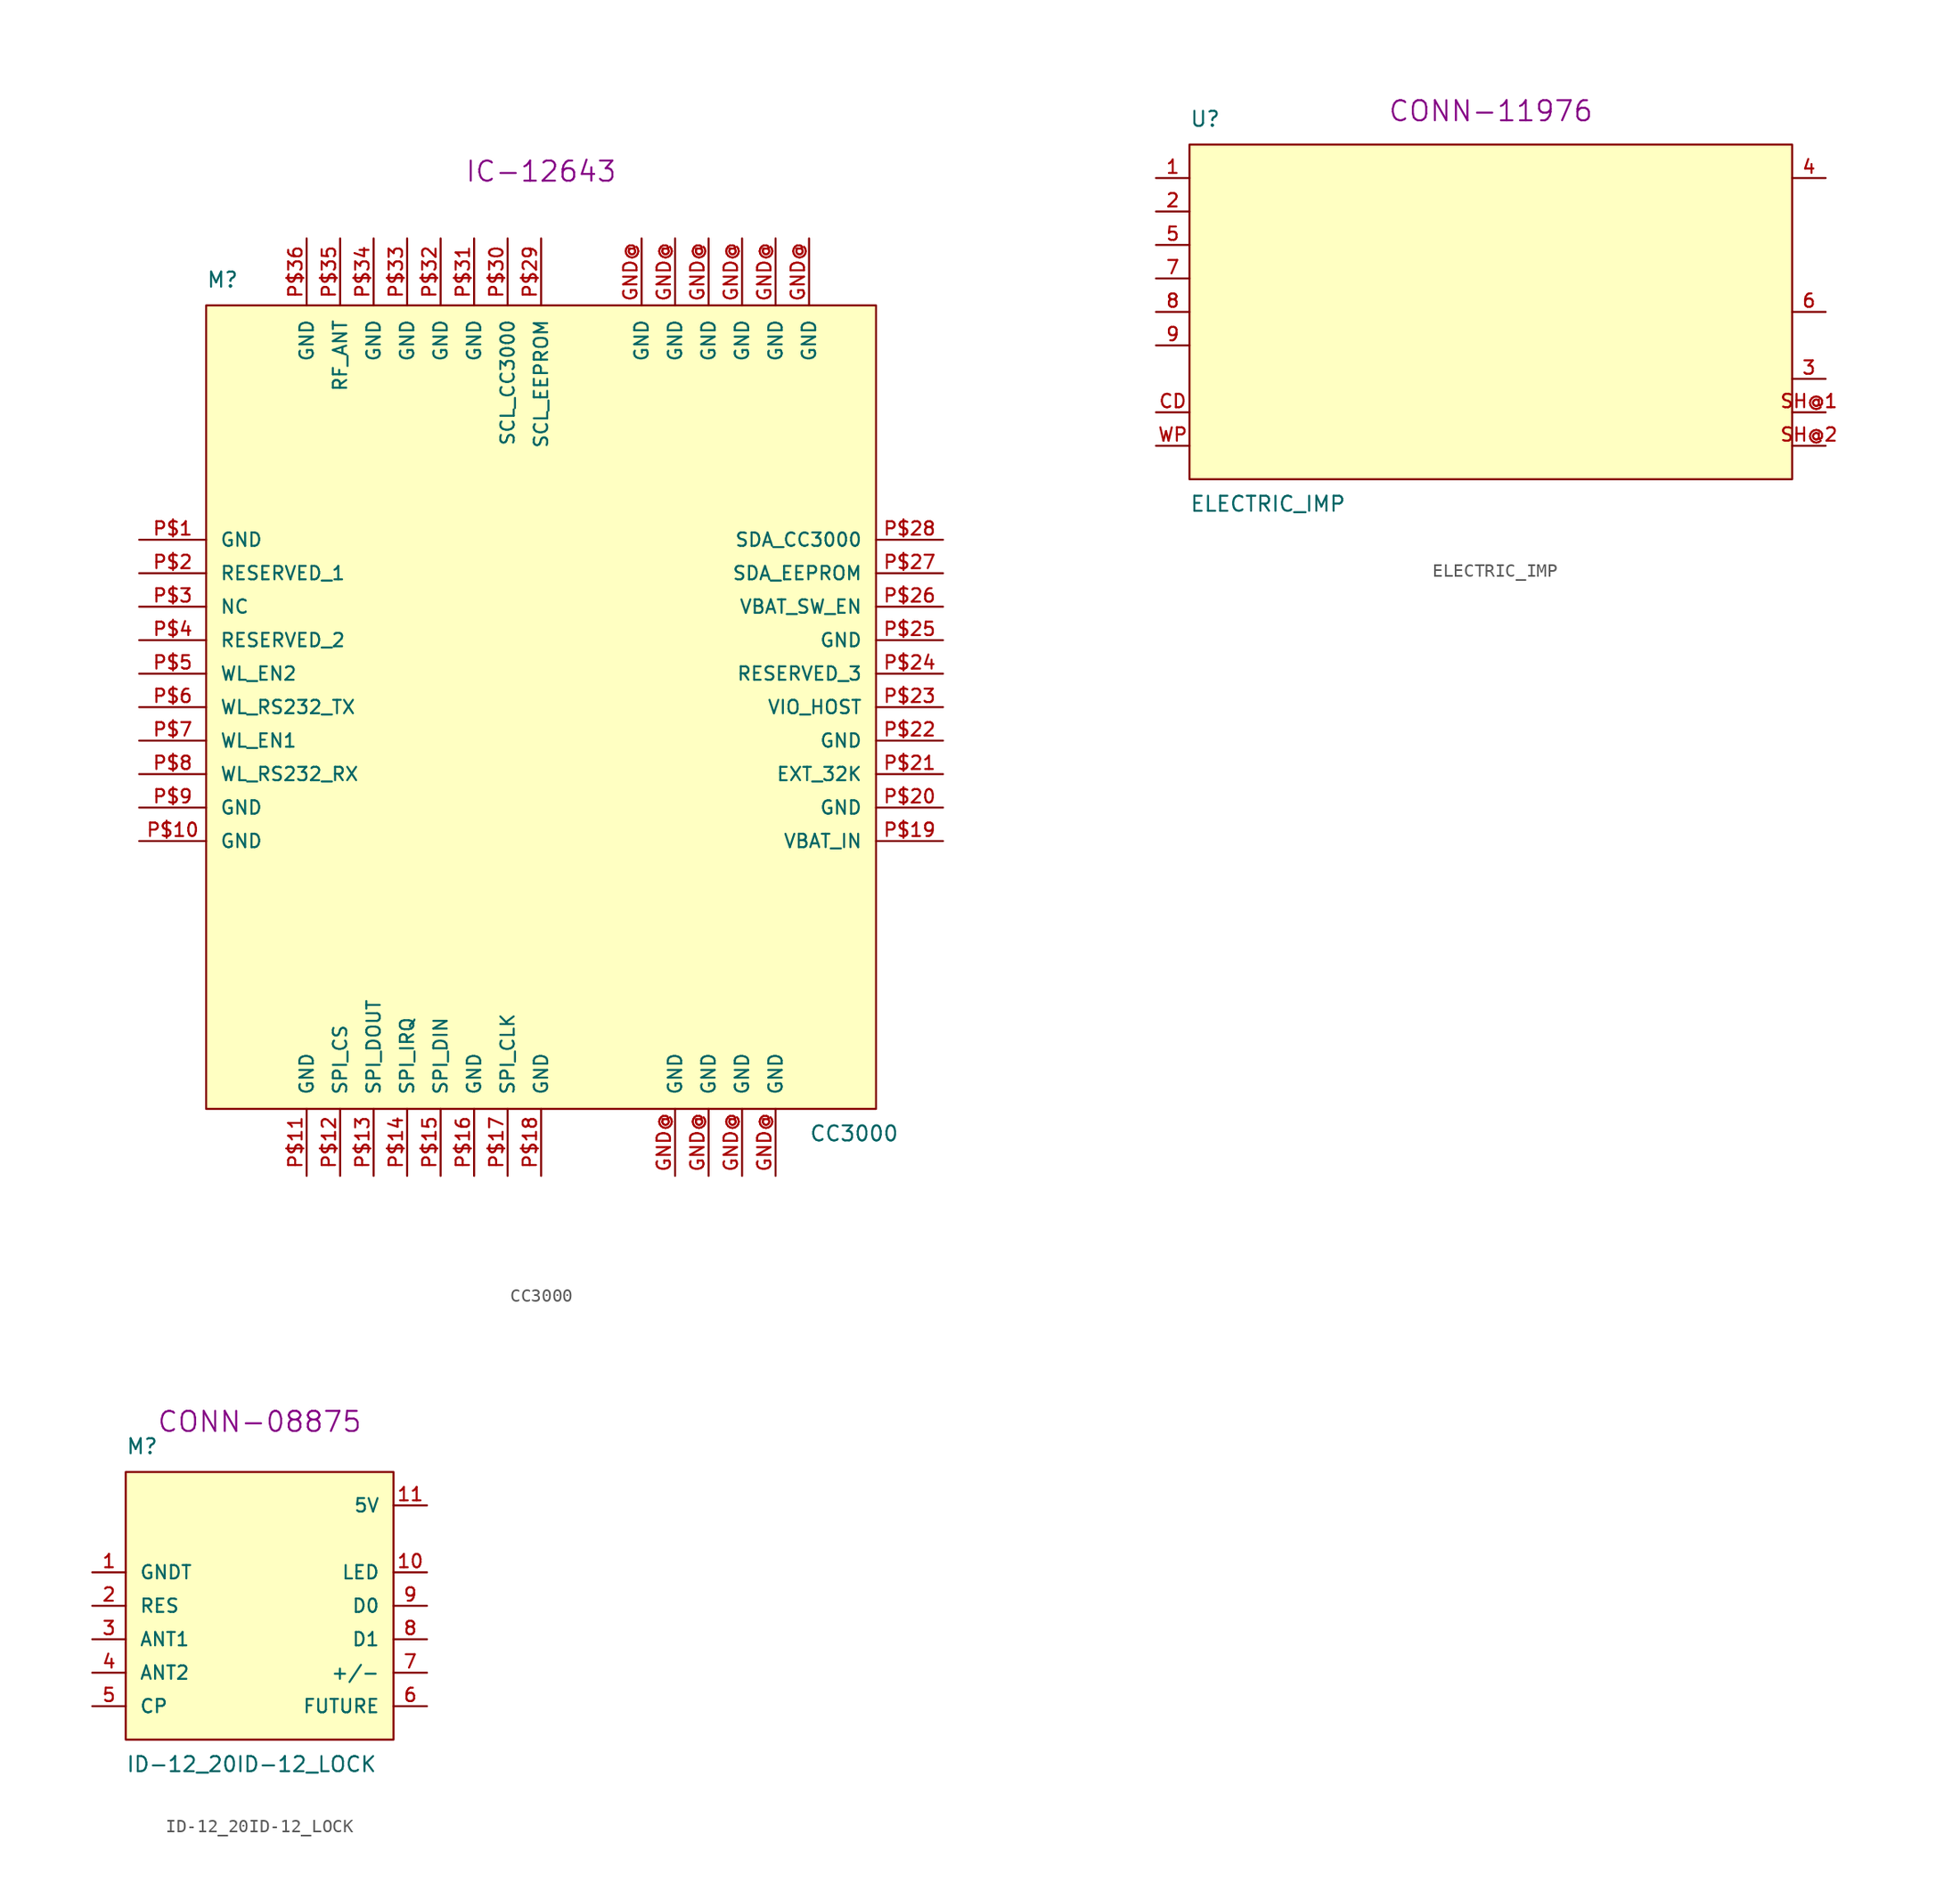
<source format=kicad_sym>
(kicad_symbol_lib
  (version 20220914)
  (generator kicad_symbol_editor)
  (symbol "CC3000"
    (pin_names
      (offset 1.016))
    (property "Reference" "M"
      (at -25.4 31.75 0)
      (effects (font (size 1.143 1.143)) (justify left bottom)))
    (property "Value" "CC3000"
      (at 20.32 -33.02 0)
      (effects (font (size 1.143 1.143)) (justify left bottom)))
    (property "Field4" "IC-12643"
      (at 0 40.64 0)
      (effects (font (size 1.524 1.524))))
    (property "ki_locked" ""
      (at 0 0 0)
      (effects (font (size 1.27 1.27))))
    (symbol "CC3000_1_1"
      (polyline (pts (xy -25.4 30.48) (xy 25.4 30.48) (xy 25.4 -30.48) (xy -25.4 -30.48) (xy -25.4 30.48)) (stroke (width 0) (type solid)) (fill (type background)))
      (pin bidirectional line (at 7.62 35.56 270) (length 5.08) (name "GND" (effects (font (size 1.016 1.016)))) (number "GND@" (effects (font (size 1.016 1.016)))))
      (pin bidirectional line (at 10.16 -35.56 90) (length 5.08) (name "GND" (effects (font (size 1.016 1.016)))) (number "GND@" (effects (font (size 1.016 1.016)))))
      (pin bidirectional line (at 10.16 35.56 270) (length 5.08) (name "GND" (effects (font (size 1.016 1.016)))) (number "GND@" (effects (font (size 1.016 1.016)))))
      (pin bidirectional line (at 12.7 -35.56 90) (length 5.08) (name "GND" (effects (font (size 1.016 1.016)))) (number "GND@" (effects (font (size 1.016 1.016)))))
      (pin bidirectional line (at 12.7 35.56 270) (length 5.08) (name "GND" (effects (font (size 1.016 1.016)))) (number "GND@" (effects (font (size 1.016 1.016)))))
      (pin bidirectional line (at 15.24 -35.56 90) (length 5.08) (name "GND" (effects (font (size 1.016 1.016)))) (number "GND@" (effects (font (size 1.016 1.016)))))
      (pin bidirectional line (at 15.24 35.56 270) (length 5.08) (name "GND" (effects (font (size 1.016 1.016)))) (number "GND@" (effects (font (size 1.016 1.016)))))
      (pin bidirectional line (at 17.78 -35.56 90) (length 5.08) (name "GND" (effects (font (size 1.016 1.016)))) (number "GND@" (effects (font (size 1.016 1.016)))))
      (pin bidirectional line (at 17.78 35.56 270) (length 5.08) (name "GND" (effects (font (size 1.016 1.016)))) (number "GND@" (effects (font (size 1.016 1.016)))))
      (pin bidirectional line (at 20.32 35.56 270) (length 5.08) (name "GND" (effects (font (size 1.016 1.016)))) (number "GND@" (effects (font (size 1.016 1.016)))))
      (pin bidirectional line (at -30.48 12.7 0) (length 5.08) (name "GND" (effects (font (size 1.016 1.016)))) (number "P$1" (effects (font (size 1.016 1.016)))))
      (pin bidirectional line (at -30.48 -10.16 0) (length 5.08) (name "GND" (effects (font (size 1.016 1.016)))) (number "P$10" (effects (font (size 1.016 1.016)))))
      (pin bidirectional line (at -17.78 -35.56 90) (length 5.08) (name "GND" (effects (font (size 1.016 1.016)))) (number "P$11" (effects (font (size 1.016 1.016)))))
      (pin bidirectional line (at -15.24 -35.56 90) (length 5.08) (name "SPI_CS" (effects (font (size 1.016 1.016)))) (number "P$12" (effects (font (size 1.016 1.016)))))
      (pin bidirectional line (at -12.7 -35.56 90) (length 5.08) (name "SPI_DOUT" (effects (font (size 1.016 1.016)))) (number "P$13" (effects (font (size 1.016 1.016)))))
      (pin bidirectional line (at -10.16 -35.56 90) (length 5.08) (name "SPI_IRQ" (effects (font (size 1.016 1.016)))) (number "P$14" (effects (font (size 1.016 1.016)))))
      (pin bidirectional line (at -7.62 -35.56 90) (length 5.08) (name "SPI_DIN" (effects (font (size 1.016 1.016)))) (number "P$15" (effects (font (size 1.016 1.016)))))
      (pin bidirectional line (at -5.08 -35.56 90) (length 5.08) (name "GND" (effects (font (size 1.016 1.016)))) (number "P$16" (effects (font (size 1.016 1.016)))))
      (pin bidirectional line (at -2.54 -35.56 90) (length 5.08) (name "SPI_CLK" (effects (font (size 1.016 1.016)))) (number "P$17" (effects (font (size 1.016 1.016)))))
      (pin bidirectional line (at 0 -35.56 90) (length 5.08) (name "GND" (effects (font (size 1.016 1.016)))) (number "P$18" (effects (font (size 1.016 1.016)))))
      (pin bidirectional line (at 30.48 -10.16 180) (length 5.08) (name "VBAT_IN" (effects (font (size 1.016 1.016)))) (number "P$19" (effects (font (size 1.016 1.016)))))
      (pin bidirectional line (at -30.48 10.16 0) (length 5.08) (name "RESERVED_1" (effects (font (size 1.016 1.016)))) (number "P$2" (effects (font (size 1.016 1.016)))))
      (pin bidirectional line (at 30.48 -7.62 180) (length 5.08) (name "GND" (effects (font (size 1.016 1.016)))) (number "P$20" (effects (font (size 1.016 1.016)))))
      (pin bidirectional line (at 30.48 -5.08 180) (length 5.08) (name "EXT_32K" (effects (font (size 1.016 1.016)))) (number "P$21" (effects (font (size 1.016 1.016)))))
      (pin bidirectional line (at 30.48 -2.54 180) (length 5.08) (name "GND" (effects (font (size 1.016 1.016)))) (number "P$22" (effects (font (size 1.016 1.016)))))
      (pin bidirectional line (at 30.48 0 180) (length 5.08) (name "VIO_HOST" (effects (font (size 1.016 1.016)))) (number "P$23" (effects (font (size 1.016 1.016)))))
      (pin bidirectional line (at 30.48 2.54 180) (length 5.08) (name "RESERVED_3" (effects (font (size 1.016 1.016)))) (number "P$24" (effects (font (size 1.016 1.016)))))
      (pin bidirectional line (at 30.48 5.08 180) (length 5.08) (name "GND" (effects (font (size 1.016 1.016)))) (number "P$25" (effects (font (size 1.016 1.016)))))
      (pin bidirectional line (at 30.48 7.62 180) (length 5.08) (name "VBAT_SW_EN" (effects (font (size 1.016 1.016)))) (number "P$26" (effects (font (size 1.016 1.016)))))
      (pin bidirectional line (at 30.48 10.16 180) (length 5.08) (name "SDA_EEPROM" (effects (font (size 1.016 1.016)))) (number "P$27" (effects (font (size 1.016 1.016)))))
      (pin bidirectional line (at 30.48 12.7 180) (length 5.08) (name "SDA_CC3000" (effects (font (size 1.016 1.016)))) (number "P$28" (effects (font (size 1.016 1.016)))))
      (pin bidirectional line (at 0 35.56 270) (length 5.08) (name "SCL_EEPROM" (effects (font (size 1.016 1.016)))) (number "P$29" (effects (font (size 1.016 1.016)))))
      (pin bidirectional line (at -30.48 7.62 0) (length 5.08) (name "NC" (effects (font (size 1.016 1.016)))) (number "P$3" (effects (font (size 1.016 1.016)))))
      (pin bidirectional line (at -2.54 35.56 270) (length 5.08) (name "SCL_CC3000" (effects (font (size 1.016 1.016)))) (number "P$30" (effects (font (size 1.016 1.016)))))
      (pin bidirectional line (at -5.08 35.56 270) (length 5.08) (name "GND" (effects (font (size 1.016 1.016)))) (number "P$31" (effects (font (size 1.016 1.016)))))
      (pin bidirectional line (at -7.62 35.56 270) (length 5.08) (name "GND" (effects (font (size 1.016 1.016)))) (number "P$32" (effects (font (size 1.016 1.016)))))
      (pin bidirectional line (at -10.16 35.56 270) (length 5.08) (name "GND" (effects (font (size 1.016 1.016)))) (number "P$33" (effects (font (size 1.016 1.016)))))
      (pin bidirectional line (at -12.7 35.56 270) (length 5.08) (name "GND" (effects (font (size 1.016 1.016)))) (number "P$34" (effects (font (size 1.016 1.016)))))
      (pin bidirectional line (at -15.24 35.56 270) (length 5.08) (name "RF_ANT" (effects (font (size 1.016 1.016)))) (number "P$35" (effects (font (size 1.016 1.016)))))
      (pin bidirectional line (at -17.78 35.56 270) (length 5.08) (name "GND" (effects (font (size 1.016 1.016)))) (number "P$36" (effects (font (size 1.016 1.016)))))
      (pin bidirectional line (at -30.48 5.08 0) (length 5.08) (name "RESERVED_2" (effects (font (size 1.016 1.016)))) (number "P$4" (effects (font (size 1.016 1.016)))))
      (pin bidirectional line (at -30.48 2.54 0) (length 5.08) (name "WL_EN2" (effects (font (size 1.016 1.016)))) (number "P$5" (effects (font (size 1.016 1.016)))))
      (pin bidirectional line (at -30.48 0 0) (length 5.08) (name "WL_RS232_TX" (effects (font (size 1.016 1.016)))) (number "P$6" (effects (font (size 1.016 1.016)))))
      (pin bidirectional line (at -30.48 -2.54 0) (length 5.08) (name "WL_EN1" (effects (font (size 1.016 1.016)))) (number "P$7" (effects (font (size 1.016 1.016)))))
      (pin bidirectional line (at -30.48 -5.08 0) (length 5.08) (name "WL_RS232_RX" (effects (font (size 1.016 1.016)))) (number "P$8" (effects (font (size 1.016 1.016)))))
      (pin bidirectional line (at -30.48 -7.62 0) (length 5.08) (name "GND" (effects (font (size 1.016 1.016)))) (number "P$9" (effects (font (size 1.016 1.016)))))))
  (symbol "ELECTRIC_IMP"
    (pin_names
      (offset 1.016) hide)
    (property "Reference" "U"
      (at -22.86 13.97 0)
      (effects (font (size 1.143 1.143)) (justify left bottom)))
    (property "Value" "ELECTRIC_IMP"
      (at -22.86 -15.24 0)
      (effects (font (size 1.143 1.143)) (justify left bottom)))
    (property "Field4" "CONN-11976"
      (at 0 15.24 0)
      (effects (font (size 1.524 1.524))))
    (property "ki_locked" ""
      (at 0 0 0)
      (effects (font (size 1.27 1.27))))
    (symbol "ELECTRIC_IMP_1_1"
      (polyline (pts (xy -22.86 12.7) (xy -22.86 -12.7) (xy 22.86 -12.7) (xy 22.86 12.7) (xy -22.86 12.7)) (stroke (width 0) (type solid)) (fill (type background)))
      (pin bidirectional line (at -25.4 10.16 0) (length 2.54) (name "1(CLK2/CTS1/TX3/SCL2)" (effects (font (size 1.016 1.016)))) (number "1" (effects (font (size 1.016 1.016)))))
      (pin bidirectional line (at -25.4 7.62 0) (length 2.54) (name "2(MISO1/MOSI2/RTS1/RX3/SDA2)" (effects (font (size 1.016 1.016)))) (number "2" (effects (font (size 1.016 1.016)))))
      (pin bidirectional line (at 25.4 -5.08 180) (length 2.54) (name "GND" (effects (font (size 1.016 1.016)))) (number "3" (effects (font (size 1.016 1.016)))))
      (pin bidirectional line (at 25.4 10.16 180) (length 2.54) (name "VDD" (effects (font (size 1.016 1.016)))) (number "4" (effects (font (size 1.016 1.016)))))
      (pin bidirectional line (at -25.4 5.08 0) (length 2.54) (name "5(SCLK1/SCLK2/TX2)" (effects (font (size 1.016 1.016)))) (number "5" (effects (font (size 1.016 1.016)))))
      (pin bidirectional line (at 25.4 0 180) (length 2.54) (name "ID" (effects (font (size 1.016 1.016)))) (number "6" (effects (font (size 1.016 1.016)))))
      (pin bidirectional line (at -25.4 2.54 0) (length 2.54) (name "7(MOSI1/MISO2/RX2)" (effects (font (size 1.016 1.016)))) (number "7" (effects (font (size 1.016 1.016)))))
      (pin bidirectional line (at -25.4 0 0) (length 2.54) (name "8(MOSI2/TX1/SCL1)" (effects (font (size 1.016 1.016)))) (number "8" (effects (font (size 1.016 1.016)))))
      (pin bidirectional line (at -25.4 -2.54 0) (length 2.54) (name "9(MISO2/RX1/SDA1)" (effects (font (size 1.016 1.016)))) (number "9" (effects (font (size 1.016 1.016)))))
      (pin bidirectional line (at -25.4 -7.62 0) (length 2.54) (name "CD" (effects (font (size 1.016 1.016)))) (number "CD" (effects (font (size 1.016 1.016)))))
      (pin bidirectional line (at 25.4 -7.62 180) (length 2.54) (name "S1" (effects (font (size 1.016 1.016)))) (number "SH@1" (effects (font (size 1.016 1.016)))))
      (pin bidirectional line (at 25.4 -10.16 180) (length 2.54) (name "S2" (effects (font (size 1.016 1.016)))) (number "SH@2" (effects (font (size 1.016 1.016)))))
      (pin bidirectional line (at -25.4 -10.16 0) (length 2.54) (name "WP" (effects (font (size 1.016 1.016)))) (number "WP" (effects (font (size 1.016 1.016)))))))
  (symbol "ID-12_20ID-12_LOCK"
    (pin_names
      (offset 1.016))
    (property "Reference" "M"
      (at -10.16 11.43 0)
      (effects (font (size 1.143 1.143)) (justify left bottom)))
    (property "Value" "ID-12_20ID-12_LOCK"
      (at -10.16 -12.7 0)
      (effects (font (size 1.143 1.143)) (justify left bottom)))
    (property "Field4" "CONN-08875"
      (at 0 13.97 0)
      (effects (font (size 1.524 1.524))))
    (property "ki_locked" ""
      (at 0 0 0)
      (effects (font (size 1.27 1.27))))
    (symbol "ID-12_20ID-12_LOCK_1_1"
      (polyline (pts (xy -10.16 10.16) (xy -10.16 -10.16) (xy 10.16 -10.16) (xy 10.16 10.16) (xy -10.16 10.16)) (stroke (width 0) (type solid)) (fill (type background)))
      (pin bidirectional line (at -12.7 2.54 0) (length 2.54) (name "GNDT" (effects (font (size 1.016 1.016)))) (number "1" (effects (font (size 1.016 1.016)))))
      (pin bidirectional line (at 12.7 2.54 180) (length 2.54) (name "LED" (effects (font (size 1.016 1.016)))) (number "10" (effects (font (size 1.016 1.016)))))
      (pin bidirectional line (at 12.7 7.62 180) (length 2.54) (name "5V" (effects (font (size 1.016 1.016)))) (number "11" (effects (font (size 1.016 1.016)))))
      (pin bidirectional line (at -12.7 0 0) (length 2.54) (name "RES" (effects (font (size 1.016 1.016)))) (number "2" (effects (font (size 1.016 1.016)))))
      (pin bidirectional line (at -12.7 -2.54 0) (length 2.54) (name "ANT1" (effects (font (size 1.016 1.016)))) (number "3" (effects (font (size 1.016 1.016)))))
      (pin bidirectional line (at -12.7 -5.08 0) (length 2.54) (name "ANT2" (effects (font (size 1.016 1.016)))) (number "4" (effects (font (size 1.016 1.016)))))
      (pin bidirectional line (at -12.7 -7.62 0) (length 2.54) (name "CP" (effects (font (size 1.016 1.016)))) (number "5" (effects (font (size 1.016 1.016)))))
      (pin bidirectional line (at 12.7 -7.62 180) (length 2.54) (name "FUTURE" (effects (font (size 1.016 1.016)))) (number "6" (effects (font (size 1.016 1.016)))))
      (pin bidirectional line (at 12.7 -5.08 180) (length 2.54) (name "+/-" (effects (font (size 1.016 1.016)))) (number "7" (effects (font (size 1.016 1.016)))))
      (pin bidirectional line (at 12.7 -2.54 180) (length 2.54) (name "D1" (effects (font (size 1.016 1.016)))) (number "8" (effects (font (size 1.016 1.016)))))
      (pin bidirectional line (at 12.7 0 180) (length 2.54) (name "D0" (effects (font (size 1.016 1.016)))) (number "9" (effects (font (size 1.016 1.016))))))))
</source>
